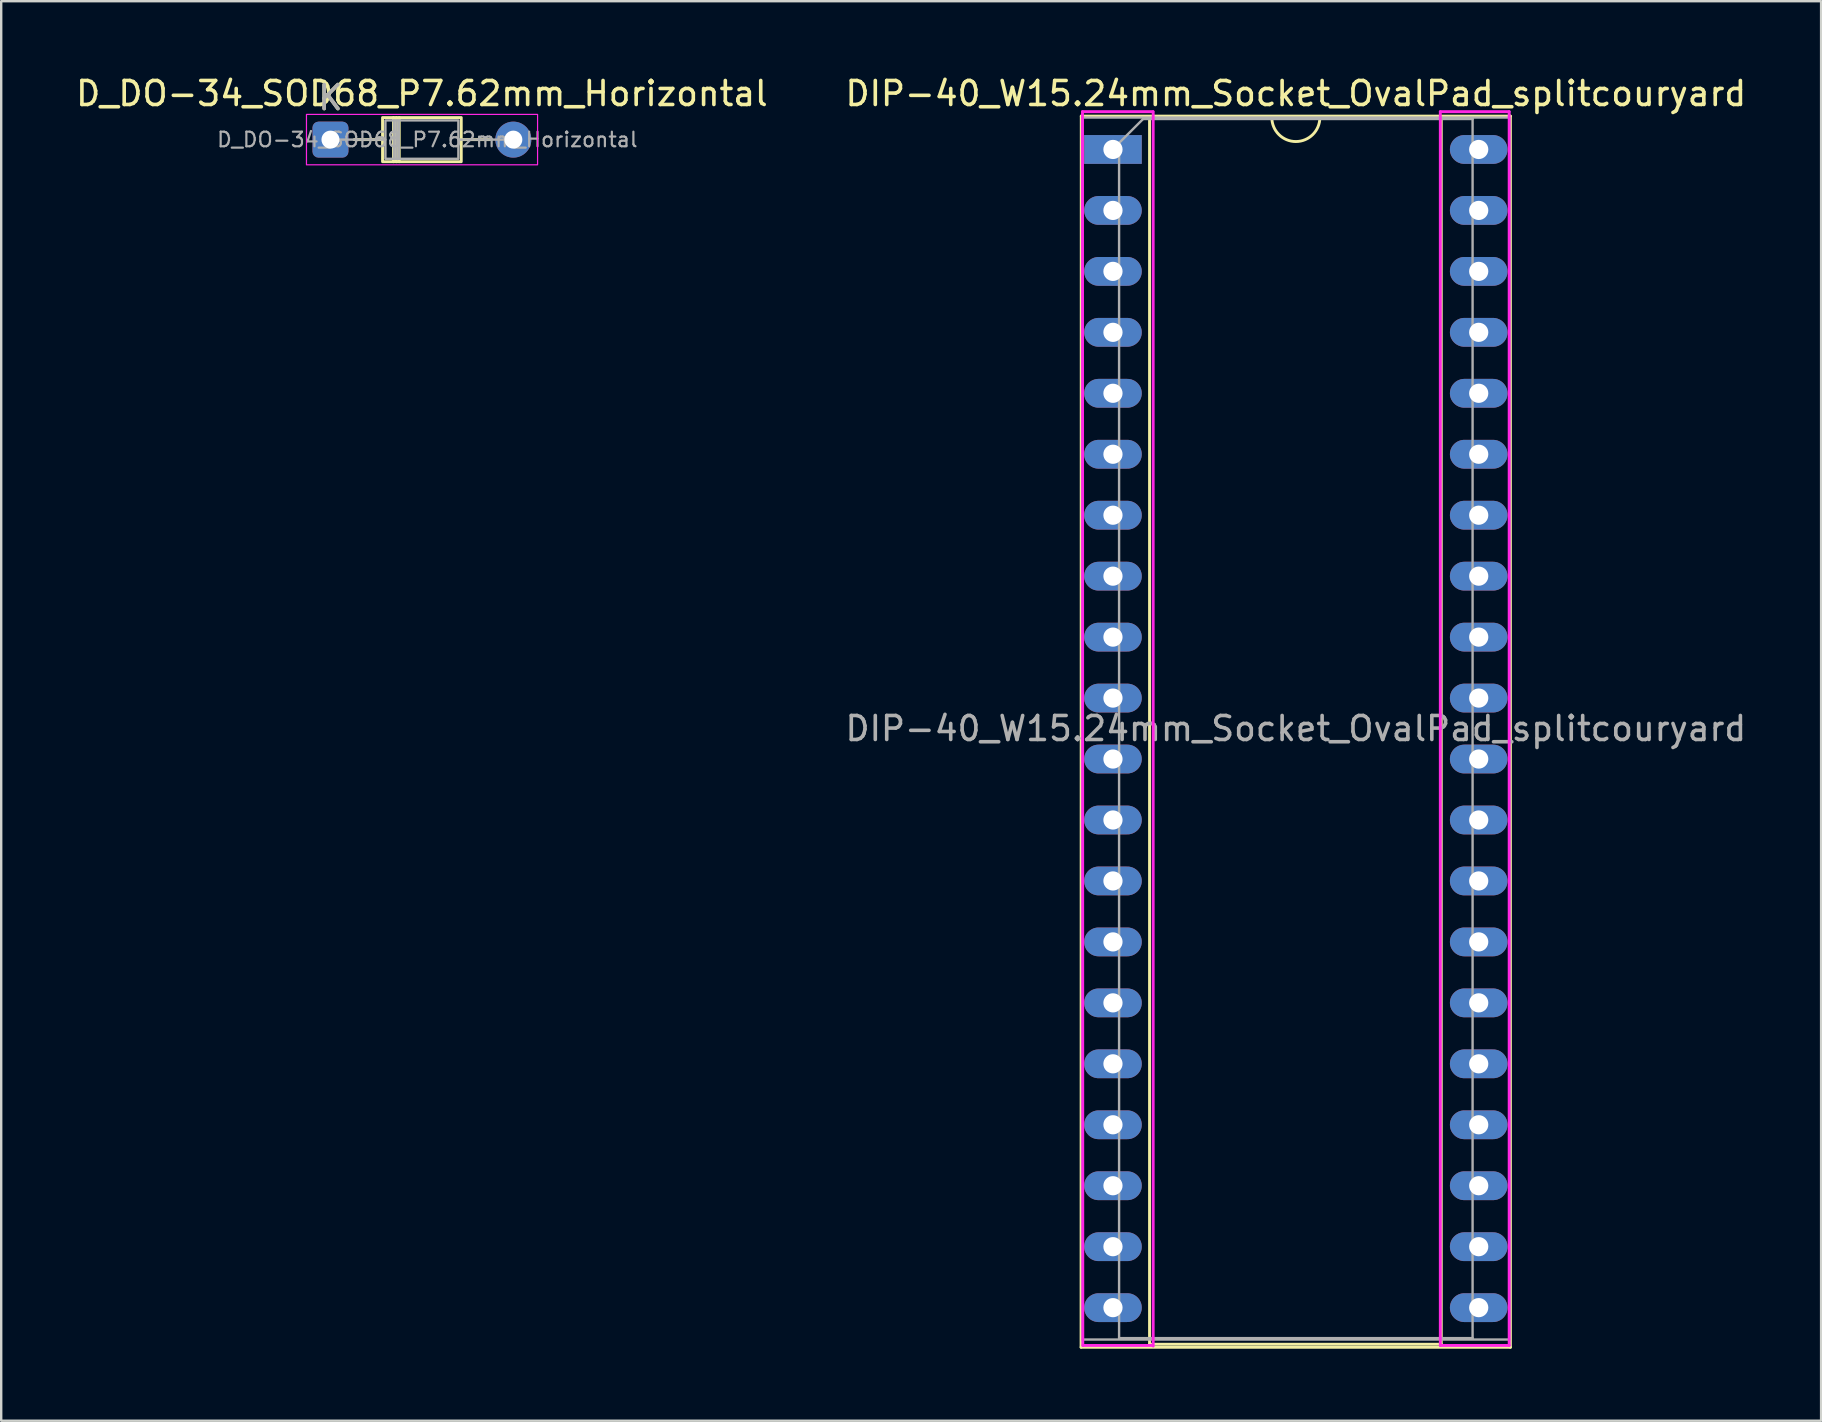
<source format=kicad_pcb>
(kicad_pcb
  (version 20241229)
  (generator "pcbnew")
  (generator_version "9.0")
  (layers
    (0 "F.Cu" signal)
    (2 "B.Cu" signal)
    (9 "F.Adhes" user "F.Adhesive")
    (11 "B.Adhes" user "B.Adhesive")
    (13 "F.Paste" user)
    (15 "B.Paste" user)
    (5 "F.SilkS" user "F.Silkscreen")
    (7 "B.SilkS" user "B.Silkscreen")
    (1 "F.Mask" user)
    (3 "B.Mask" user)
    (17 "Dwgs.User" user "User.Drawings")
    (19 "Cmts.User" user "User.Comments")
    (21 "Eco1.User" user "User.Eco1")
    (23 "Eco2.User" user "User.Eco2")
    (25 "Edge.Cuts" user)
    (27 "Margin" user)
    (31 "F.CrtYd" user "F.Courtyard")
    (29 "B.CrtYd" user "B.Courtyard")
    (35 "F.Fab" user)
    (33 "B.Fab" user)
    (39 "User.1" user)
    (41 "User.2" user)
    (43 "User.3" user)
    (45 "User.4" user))
  (footprint "DIP-40_W15.24mm_Socket_OvalPad_splitcouryard"
    (layer "F.Cu")
    (at 43.326 3.178)
    (property "Reference" "DIP-40_W15.24mm_Socket_OvalPad_splitcouryard" (at 7.62 -2.33 0) (layer "F.SilkS") (effects (font (size 1 1) (thickness 0.15))))
    (attr through_hole allow_missing_courtyard)
    (fp_line (start -1.329 49.911) (end 16.561 49.911) (stroke (width 0.12) (type solid)) (layer "F.SilkS"))
    (fp_line (start -1.321 -1.39) (end -1.329 49.911) (stroke (width 0.12) (type solid)) (layer "F.SilkS"))
    (fp_line (start 1.524 -1.33) (end 1.524 49.784) (stroke (width 0.12) (type solid)) (layer "F.SilkS"))
    (fp_line (start 1.524 49.784) (end 13.68 49.784) (stroke (width 0.12) (type solid)) (layer "F.SilkS"))
    (fp_line (start 6.62 -1.33) (end 1.56 -1.33) (stroke (width 0.12) (type solid)) (layer "F.SilkS"))
    (fp_line (start 13.68 -1.33) (end 8.62 -1.33) (stroke (width 0.12) (type solid)) (layer "F.SilkS"))
    (fp_line (start 13.68 49.784) (end 13.68 -1.33) (stroke (width 0.12) (type solid)) (layer "F.SilkS"))
    (fp_line (start 16.561 -1.39) (end -1.321 -1.39) (stroke (width 0.12) (type solid)) (layer "F.SilkS"))
    (fp_line (start 16.561 49.911) (end 16.561 -1.39) (stroke (width 0.12) (type solid)) (layer "F.SilkS"))
    (fp_arc (start 8.62 -1.33) (mid 7.62 -0.33) (end 6.62 -1.33) (stroke (width 0.12) (type solid)) (layer "F.SilkS"))
    (fp_line (start -1.27 -1.575) (end -1.257 49.835) (stroke (width 0.12) (type solid)) (layer "F.CrtYd"))
    (fp_line (start -1.257 49.835) (end 1.664 49.835) (stroke (width 0.12) (type solid)) (layer "F.CrtYd"))
    (fp_line (start 1.664 -1.575) (end -1.27 -1.575) (stroke (width 0.12) (type solid)) (layer "F.CrtYd"))
    (fp_line (start 1.676 49.86) (end 1.676 -1.575) (stroke (width 0.12) (type solid)) (layer "F.CrtYd"))
    (fp_line (start 13.64 -1.575) (end 13.64 49.835) (stroke (width 0.12) (type solid)) (layer "F.CrtYd"))
    (fp_line (start 13.64 49.835) (end 16.51 49.835) (stroke (width 0.12) (type solid)) (layer "F.CrtYd"))
    (fp_line (start 16.51 -1.575) (end 13.64 -1.575) (stroke (width 0.12) (type solid)) (layer "F.CrtYd"))
    (fp_line (start 16.51 49.835) (end 16.51 -1.575) (stroke (width 0.12) (type solid)) (layer "F.CrtYd"))
    (fp_line (start -1.27 -1.33) (end -1.27 49.59) (stroke (width 0.1) (type solid)) (layer "F.Fab"))
    (fp_line (start -1.27 49.59) (end 16.51 49.59) (stroke (width 0.1) (type solid)) (layer "F.Fab"))
    (fp_line (start 0.255 -0.27) (end 1.255 -1.27) (stroke (width 0.1) (type solid)) (layer "F.Fab"))
    (fp_line (start 0.255 49.53) (end 0.255 -0.27) (stroke (width 0.1) (type solid)) (layer "F.Fab"))
    (fp_line (start 1.255 -1.27) (end 14.985 -1.27) (stroke (width 0.1) (type solid)) (layer "F.Fab"))
    (fp_line (start 14.985 -1.27) (end 14.985 49.53) (stroke (width 0.1) (type solid)) (layer "F.Fab"))
    (fp_line (start 14.985 49.53) (end 0.255 49.53) (stroke (width 0.1) (type solid)) (layer "F.Fab"))
    (fp_line (start 16.51 -1.33) (end -1.27 -1.33) (stroke (width 0.1) (type solid)) (layer "F.Fab"))
    (fp_line (start 16.51 49.59) (end 16.51 -1.33) (stroke (width 0.1) (type solid)) (layer "F.Fab"))
    (fp_text user "${REFERENCE}" (at 7.62 24.13 0) (layer "F.Fab") (effects (font (size 1 1) (thickness 0.15))))
    (pad "1" thru_hole rect (at 0 0) (size 2.4 1.2) (drill 0.8) (layers "*.Cu" "*.Mask"))
    (pad "2" thru_hole oval (at 0 2.54) (size 2.4 1.2) (drill 0.8) (layers "*.Cu" "*.Mask"))
    (pad "3" thru_hole oval (at 0 5.08) (size 2.4 1.2) (drill 0.8) (layers "*.Cu" "*.Mask"))
    (pad "4" thru_hole oval (at 0 7.62) (size 2.4 1.2) (drill 0.8) (layers "*.Cu" "*.Mask"))
    (pad "5" thru_hole oval (at 0 10.16) (size 2.4 1.2) (drill 0.8) (layers "*.Cu" "*.Mask"))
    (pad "6" thru_hole oval (at 0 12.7) (size 2.4 1.2) (drill 0.8) (layers "*.Cu" "*.Mask"))
    (pad "7" thru_hole oval (at 0 15.24) (size 2.4 1.2) (drill 0.8) (layers "*.Cu" "*.Mask"))
    (pad "8" thru_hole oval (at 0 17.78) (size 2.4 1.2) (drill 0.8) (layers "*.Cu" "*.Mask"))
    (pad "9" thru_hole oval (at 0 20.32) (size 2.4 1.2) (drill 0.8) (layers "*.Cu" "*.Mask"))
    (pad "10" thru_hole oval (at 0 22.86) (size 2.4 1.2) (drill 0.8) (layers "*.Cu" "*.Mask"))
    (pad "11" thru_hole oval (at 0 25.4) (size 2.4 1.2) (drill 0.8) (layers "*.Cu" "*.Mask"))
    (pad "12" thru_hole oval (at 0 27.94) (size 2.4 1.2) (drill 0.8) (layers "*.Cu" "*.Mask"))
    (pad "13" thru_hole oval (at 0 30.48) (size 2.4 1.2) (drill 0.8) (layers "*.Cu" "*.Mask"))
    (pad "14" thru_hole oval (at 0 33.02) (size 2.4 1.2) (drill 0.8) (layers "*.Cu" "*.Mask"))
    (pad "15" thru_hole oval (at 0 35.56) (size 2.4 1.2) (drill 0.8) (layers "*.Cu" "*.Mask"))
    (pad "16" thru_hole oval (at 0 38.1) (size 2.4 1.2) (drill 0.8) (layers "*.Cu" "*.Mask"))
    (pad "17" thru_hole oval (at 0 40.64) (size 2.4 1.2) (drill 0.8) (layers "*.Cu" "*.Mask"))
    (pad "18" thru_hole oval (at 0 43.18) (size 2.4 1.2) (drill 0.8) (layers "*.Cu" "*.Mask"))
    (pad "19" thru_hole oval (at 0 45.72) (size 2.4 1.2) (drill 0.8) (layers "*.Cu" "*.Mask"))
    (pad "20" thru_hole oval (at 0 48.26) (size 2.4 1.2) (drill 0.8) (layers "*.Cu" "*.Mask"))
    (pad "21" thru_hole oval (at 15.24 48.26) (size 2.4 1.2) (drill 0.8) (layers "*.Cu" "*.Mask"))
    (pad "22" thru_hole oval (at 15.24 45.72) (size 2.4 1.2) (drill 0.8) (layers "*.Cu" "*.Mask"))
    (pad "23" thru_hole oval (at 15.24 43.18) (size 2.4 1.2) (drill 0.8) (layers "*.Cu" "*.Mask"))
    (pad "24" thru_hole oval (at 15.24 40.64) (size 2.4 1.2) (drill 0.8) (layers "*.Cu" "*.Mask"))
    (pad "25" thru_hole oval (at 15.24 38.1) (size 2.4 1.2) (drill 0.8) (layers "*.Cu" "*.Mask"))
    (pad "26" thru_hole oval (at 15.24 35.56) (size 2.4 1.2) (drill 0.8) (layers "*.Cu" "*.Mask"))
    (pad "27" thru_hole oval (at 15.24 33.02) (size 2.4 1.2) (drill 0.8) (layers "*.Cu" "*.Mask"))
    (pad "28" thru_hole oval (at 15.24 30.48) (size 2.4 1.2) (drill 0.8) (layers "*.Cu" "*.Mask"))
    (pad "29" thru_hole oval (at 15.24 27.94) (size 2.4 1.2) (drill 0.8) (layers "*.Cu" "*.Mask"))
    (pad "30" thru_hole oval (at 15.24 25.4) (size 2.4 1.2) (drill 0.8) (layers "*.Cu" "*.Mask"))
    (pad "31" thru_hole oval (at 15.24 22.86) (size 2.4 1.2) (drill 0.8) (layers "*.Cu" "*.Mask"))
    (pad "32" thru_hole oval (at 15.24 20.32) (size 2.4 1.2) (drill 0.8) (layers "*.Cu" "*.Mask"))
    (pad "33" thru_hole oval (at 15.24 17.78) (size 2.4 1.2) (drill 0.8) (layers "*.Cu" "*.Mask"))
    (pad "34" thru_hole oval (at 15.24 15.24) (size 2.4 1.2) (drill 0.8) (layers "*.Cu" "*.Mask"))
    (pad "35" thru_hole oval (at 15.24 12.7) (size 2.4 1.2) (drill 0.8) (layers "*.Cu" "*.Mask"))
    (pad "36" thru_hole oval (at 15.24 10.16) (size 2.4 1.2) (drill 0.8) (layers "*.Cu" "*.Mask"))
    (pad "37" thru_hole oval (at 15.24 7.62) (size 2.4 1.2) (drill 0.8) (layers "*.Cu" "*.Mask"))
    (pad "38" thru_hole oval (at 15.24 5.08) (size 2.4 1.2) (drill 0.8) (layers "*.Cu" "*.Mask"))
    (pad "39" thru_hole oval (at 15.24 2.54) (size 2.4 1.2) (drill 0.8) (layers "*.Cu" "*.Mask"))
    (pad "40" thru_hole oval (at 15.24 0) (size 2.4 1.2) (drill 0.8) (layers "*.Cu" "*.Mask")))
  (footprint "D_DO-34_SOD68_P7.62mm_Horizontal"
    (layer "F.Cu")
    (at 10.72 2.768)
    (property "Reference" "D_DO-34_SOD68_P7.62mm_Horizontal" (at 3.81 -1.92 0) (layer "F.SilkS") (effects (font (size 1 1) (thickness 0.15))))
    (attr through_hole)
    (fp_line (start 0.99 0) (end 2.17 0) (stroke (width 0.12) (type solid)) (layer "F.SilkS"))
    (fp_line (start 2.626 -0.92) (end 2.626 0.92) (stroke (width 0.12) (type solid)) (layer "F.SilkS"))
    (fp_line (start 2.746 -0.92) (end 2.746 0.92) (stroke (width 0.12) (type solid)) (layer "F.SilkS"))
    (fp_line (start 2.866 -0.92) (end 2.866 0.92) (stroke (width 0.12) (type solid)) (layer "F.SilkS"))
    (fp_line (start 6.63 0) (end 5.45 0) (stroke (width 0.12) (type solid)) (layer "F.SilkS"))
    (fp_rect (start 2.17 -0.92) (end 5.45 0.92) (stroke (width 0.12) (type solid)) (fill no) (layer "F.SilkS"))
    (fp_rect (start -1 -1.05) (end 8.63 1.05) (stroke (width 0.05) (type solid)) (fill no) (layer "F.CrtYd"))
    (fp_line (start 0 0) (end 2.29 0) (stroke (width 0.1) (type solid)) (layer "F.Fab"))
    (fp_line (start 2.646 -0.8) (end 2.646 0.8) (stroke (width 0.1) (type solid)) (layer "F.Fab"))
    (fp_line (start 2.746 -0.8) (end 2.746 0.8) (stroke (width 0.1) (type solid)) (layer "F.Fab"))
    (fp_line (start 2.846 -0.8) (end 2.846 0.8) (stroke (width 0.1) (type solid)) (layer "F.Fab"))
    (fp_line (start 7.62 0) (end 5.33 0) (stroke (width 0.1) (type solid)) (layer "F.Fab"))
    (fp_rect (start 2.29 -0.8) (end 5.33 0.8) (stroke (width 0.1) (type solid)) (fill no) (layer "F.Fab"))
    (fp_text user "K" (at 0 -1.75 0) (layer "F.SilkS") (effects (font (size 1 1) (thickness 0.15))))
    (fp_text user "K" (at 0 -1.75 0) (layer "F.Fab") (effects (font (size 1 1) (thickness 0.15))))
    (fp_text user "${REFERENCE}" (at 4.038 0 0) (layer "F.Fab") (effects (font (size 0.608 0.608) (thickness 0.091))))
    (pad "1" thru_hole roundrect (at 0 0) (size 1.5 1.5) (drill 0.75) (layers "*.Cu" "*.Mask") (roundrect_rratio 0.167))
    (pad "2" thru_hole circle (at 7.62 0) (size 1.5 1.5) (drill 0.75) (layers "*.Cu" "*.Mask")))
  (gr_rect
    (start -3 -3)
    (end 72.833 56.149)
    (stroke (width 0.1) (type default))
    (fill no)
    (layer "Edge.Cuts")))
</source>
